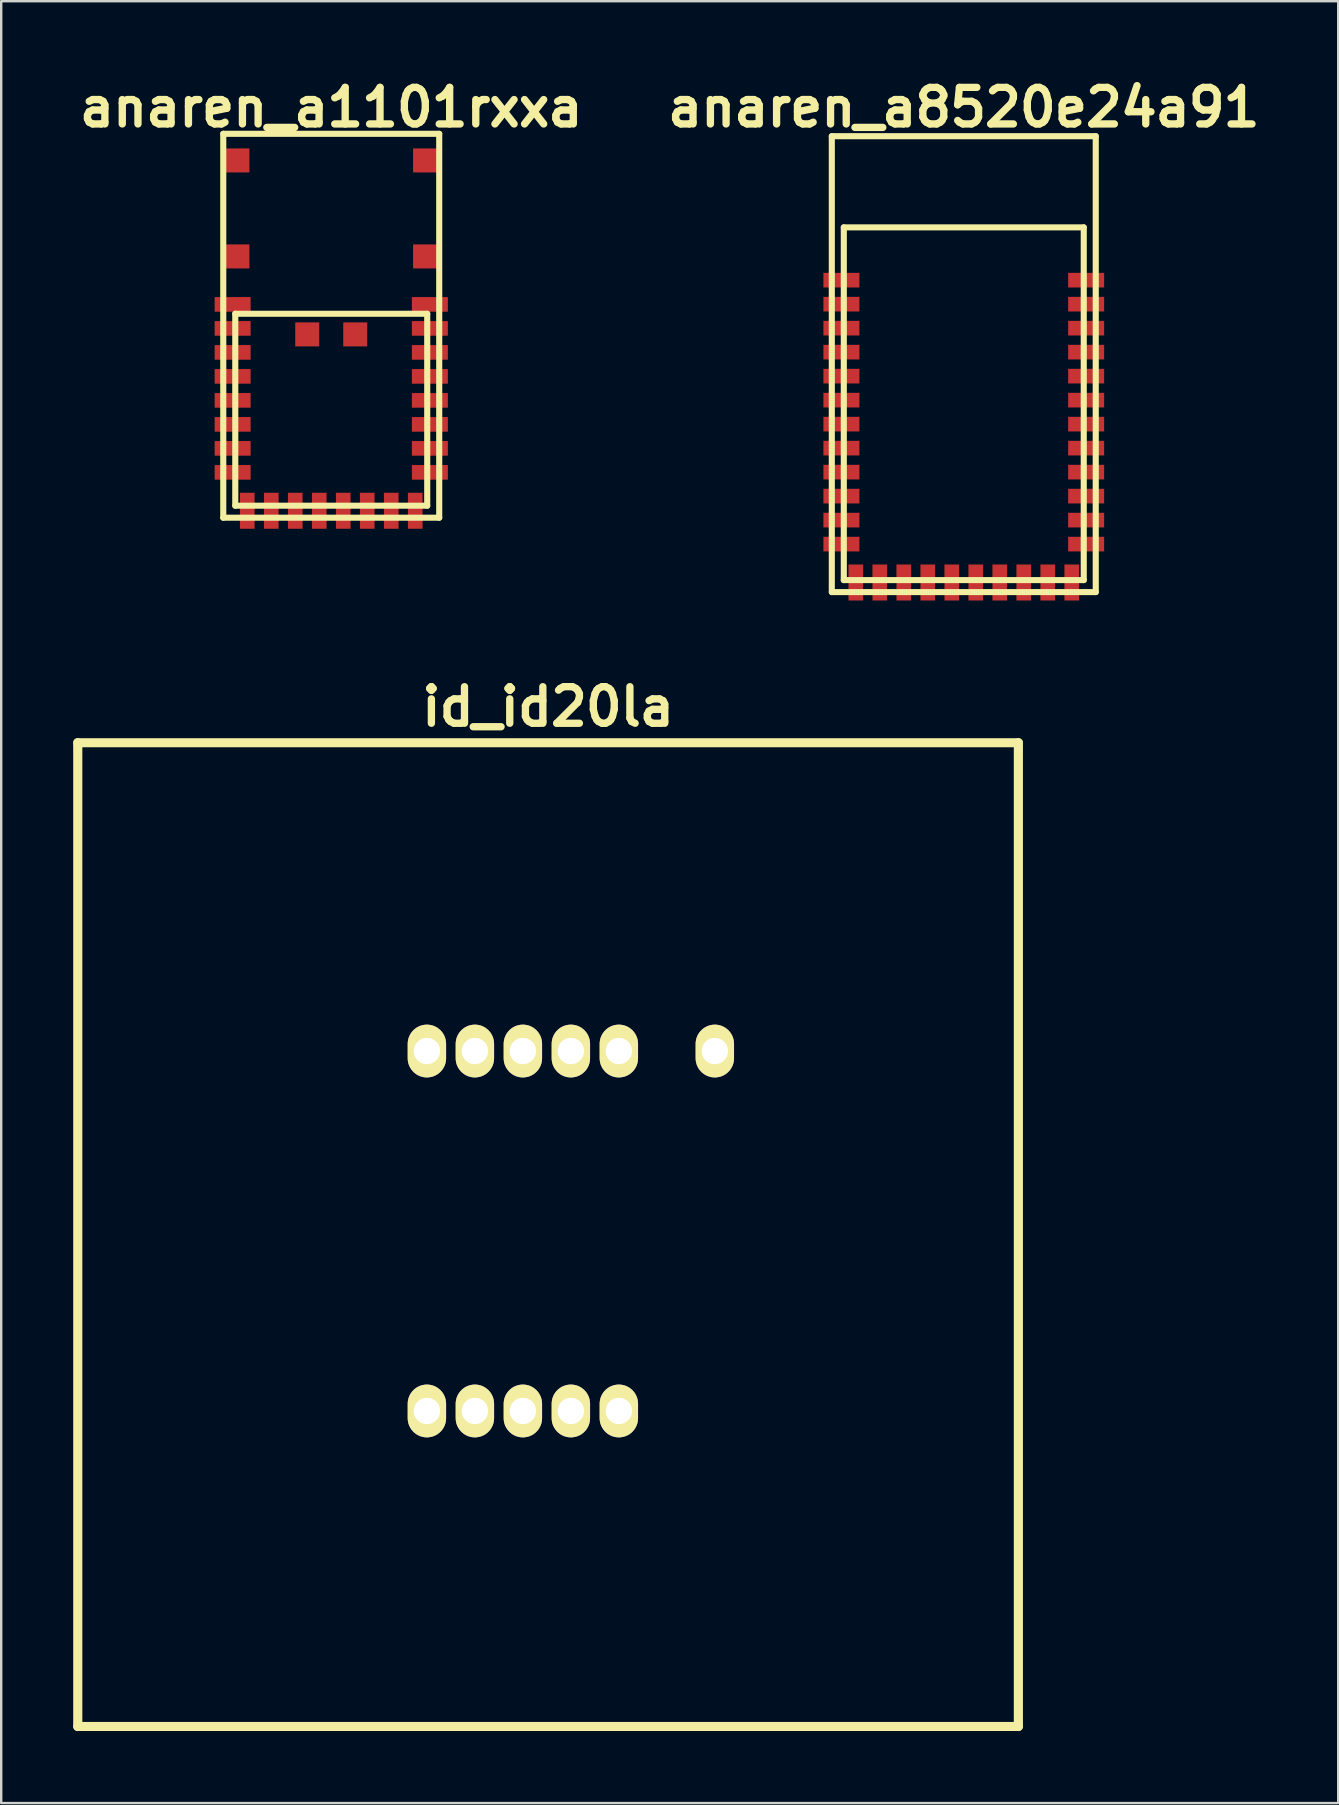
<source format=kicad_pcb>
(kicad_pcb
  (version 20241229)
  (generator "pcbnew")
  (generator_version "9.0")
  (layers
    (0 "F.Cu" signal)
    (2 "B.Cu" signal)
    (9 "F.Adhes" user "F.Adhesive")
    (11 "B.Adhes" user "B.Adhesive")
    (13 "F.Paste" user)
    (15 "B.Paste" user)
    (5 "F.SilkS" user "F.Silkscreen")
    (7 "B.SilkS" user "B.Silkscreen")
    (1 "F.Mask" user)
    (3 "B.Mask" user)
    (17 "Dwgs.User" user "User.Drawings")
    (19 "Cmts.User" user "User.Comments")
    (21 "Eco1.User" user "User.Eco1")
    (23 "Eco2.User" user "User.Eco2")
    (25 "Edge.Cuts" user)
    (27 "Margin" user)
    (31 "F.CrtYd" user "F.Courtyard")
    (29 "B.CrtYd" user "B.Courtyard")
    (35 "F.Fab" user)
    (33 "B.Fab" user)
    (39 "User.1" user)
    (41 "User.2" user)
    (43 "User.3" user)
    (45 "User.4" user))
  (footprint "anaren_a8520e24a91"
    (layer "F.Cu")
    (at 37.116 12.126)
    (property "Reference" "anaren_a8520e24a91" (at 0 -10.7 0) (layer "F.SilkS") (effects (font (size 1.524 1.524) (thickness 0.305))))
    (attr through_hole)
    (fp_line (start -5.5 -9.5) (end -5.5 9.5) (stroke (width 0.254) (type solid)) (layer "F.SilkS"))
    (fp_line (start -5.5 -9.5) (end 5.5 -9.5) (stroke (width 0.254) (type solid)) (layer "F.SilkS"))
    (fp_line (start -5.5 9.5) (end 5.5 9.5) (stroke (width 0.254) (type solid)) (layer "F.SilkS"))
    (fp_line (start -5 -5.7) (end -5 9) (stroke (width 0.254) (type solid)) (layer "F.SilkS"))
    (fp_line (start -5 -5.7) (end 5 -5.7) (stroke (width 0.254) (type solid)) (layer "F.SilkS"))
    (fp_line (start -5 9) (end 5 9) (stroke (width 0.254) (type solid)) (layer "F.SilkS"))
    (fp_line (start 5 -5.7) (end 5 9) (stroke (width 0.254) (type solid)) (layer "F.SilkS"))
    (fp_line (start 5.5 -9.5) (end 5.5 9.5) (stroke (width 0.254) (type solid)) (layer "F.SilkS"))
    (pad "1" smd rect (at -5.1 -3.5) (size 1.5 0.61) (layers "F.Cu" "F.Mask" "F.Paste"))
    (pad "2" smd rect (at -5.1 -2.5) (size 1.5 0.61) (layers "F.Cu" "F.Mask" "F.Paste"))
    (pad "3" smd rect (at -5.1 -1.5) (size 1.5 0.61) (layers "F.Cu" "F.Mask" "F.Paste"))
    (pad "4" smd rect (at -5.1 -0.5) (size 1.5 0.61) (layers "F.Cu" "F.Mask" "F.Paste"))
    (pad "5" smd rect (at -5.1 0.5) (size 1.5 0.61) (layers "F.Cu" "F.Mask" "F.Paste"))
    (pad "6" smd rect (at -5.1 1.5) (size 1.5 0.61) (layers "F.Cu" "F.Mask" "F.Paste"))
    (pad "7" smd rect (at -5.1 2.5) (size 1.5 0.61) (layers "F.Cu" "F.Mask" "F.Paste"))
    (pad "8" smd rect (at -5.1 3.5) (size 1.5 0.61) (layers "F.Cu" "F.Mask" "F.Paste"))
    (pad "9" smd rect (at -5.1 4.5) (size 1.5 0.61) (layers "F.Cu" "F.Mask" "F.Paste"))
    (pad "10" smd rect (at -5.1 5.5) (size 1.5 0.61) (layers "F.Cu" "F.Mask" "F.Paste"))
    (pad "11" smd rect (at -5.1 6.5) (size 1.5 0.61) (layers "F.Cu" "F.Mask" "F.Paste"))
    (pad "12" smd rect (at -5.1 7.5) (size 1.5 0.61) (layers "F.Cu" "F.Mask" "F.Paste"))
    (pad "13" smd rect (at -4.5 9.1) (size 0.61 1.5) (layers "F.Cu" "F.Mask" "F.Paste"))
    (pad "14" smd rect (at -3.5 9.1) (size 0.61 1.5) (layers "F.Cu" "F.Mask" "F.Paste"))
    (pad "15" smd rect (at -2.5 9.1) (size 0.61 1.5) (layers "F.Cu" "F.Mask" "F.Paste"))
    (pad "16" smd rect (at -1.5 9.1) (size 0.61 1.5) (layers "F.Cu" "F.Mask" "F.Paste"))
    (pad "17" smd rect (at -0.5 9.1) (size 0.61 1.5) (layers "F.Cu" "F.Mask" "F.Paste"))
    (pad "18" smd rect (at 0.5 9.1) (size 0.61 1.5) (layers "F.Cu" "F.Mask" "F.Paste"))
    (pad "19" smd rect (at 1.5 9.1) (size 0.61 1.5) (layers "F.Cu" "F.Mask" "F.Paste"))
    (pad "20" smd rect (at 2.5 9.1) (size 0.61 1.5) (layers "F.Cu" "F.Mask" "F.Paste"))
    (pad "21" smd rect (at 3.5 9.1) (size 0.61 1.5) (layers "F.Cu" "F.Mask" "F.Paste"))
    (pad "22" smd rect (at 4.5 9.1) (size 0.61 1.5) (layers "F.Cu" "F.Mask" "F.Paste"))
    (pad "23" smd rect (at 5.1 7.5) (size 1.5 0.61) (layers "F.Cu" "F.Mask" "F.Paste"))
    (pad "24" smd rect (at 5.1 6.5) (size 1.5 0.61) (layers "F.Cu" "F.Mask" "F.Paste"))
    (pad "25" smd rect (at 5.1 5.5) (size 1.5 0.61) (layers "F.Cu" "F.Mask" "F.Paste"))
    (pad "26" smd rect (at 5.1 4.5) (size 1.5 0.61) (layers "F.Cu" "F.Mask" "F.Paste"))
    (pad "27" smd rect (at 5.1 3.5) (size 1.5 0.61) (layers "F.Cu" "F.Mask" "F.Paste"))
    (pad "28" smd rect (at 5.1 2.5) (size 1.5 0.61) (layers "F.Cu" "F.Mask" "F.Paste"))
    (pad "29" smd rect (at 5.1 1.5) (size 1.5 0.61) (layers "F.Cu" "F.Mask" "F.Paste"))
    (pad "30" smd rect (at 5.1 0.5) (size 1.5 0.61) (layers "F.Cu" "F.Mask" "F.Paste"))
    (pad "31" smd rect (at 5.1 -0.5) (size 1.5 0.61) (layers "F.Cu" "F.Mask" "F.Paste"))
    (pad "32" smd rect (at 5.1 -1.5) (size 1.5 0.61) (layers "F.Cu" "F.Mask" "F.Paste"))
    (pad "33" smd rect (at 5.1 -2.5) (size 1.5 0.61) (layers "F.Cu" "F.Mask" "F.Paste"))
    (pad "34" smd rect (at 5.1 -3.5) (size 1.5 0.61) (layers "F.Cu" "F.Mask" "F.Paste")))
  (footprint "anaren_a1101rxxa"
    (layer "F.Cu")
    (at 10.755 10.526)
    (property "Reference" "anaren_a1101rxxa" (at 0 -9.1 0) (layer "F.SilkS") (effects (font (size 1.524 1.524) (thickness 0.305))))
    (attr through_hole)
    (fp_line (start -4.5 -8) (end -4.5 8) (stroke (width 0.254) (type solid)) (layer "F.SilkS"))
    (fp_line (start -4.5 -8) (end 4.5 -8) (stroke (width 0.254) (type solid)) (layer "F.SilkS"))
    (fp_line (start -4.5 8) (end 4.5 8) (stroke (width 0.254) (type solid)) (layer "F.SilkS"))
    (fp_line (start -4 -0.5) (end -4 7.5) (stroke (width 0.254) (type solid)) (layer "F.SilkS"))
    (fp_line (start -4 -0.5) (end 4 -0.5) (stroke (width 0.254) (type solid)) (layer "F.SilkS"))
    (fp_line (start -4 7.5) (end 4 7.5) (stroke (width 0.254) (type solid)) (layer "F.SilkS"))
    (fp_line (start 4 -0.5) (end 4 7.5) (stroke (width 0.254) (type solid)) (layer "F.SilkS"))
    (fp_line (start 4.5 -8) (end 4.5 8) (stroke (width 0.254) (type solid)) (layer "F.SilkS"))
    (pad "" smd rect (at -3.91 -6.89) (size 1 1) (layers "F.Cu" "F.Mask" "F.Paste"))
    (pad "" smd rect (at -3.91 -2.89) (size 1 1) (layers "F.Cu" "F.Mask" "F.Paste"))
    (pad "" smd rect (at -1 0.36) (size 1 1) (layers "F.Cu" "F.Mask" "F.Paste"))
    (pad "" smd rect (at 1 0.36) (size 1 1) (layers "F.Cu" "F.Mask" "F.Paste"))
    (pad "" smd rect (at 3.91 -6.89) (size 1 1) (layers "F.Cu" "F.Mask" "F.Paste"))
    (pad "" smd rect (at 3.91 -2.89) (size 1 1) (layers "F.Cu" "F.Mask" "F.Paste"))
    (pad "1" smd rect (at -4.11 -0.89) (size 1.5 0.61) (layers "F.Cu" "F.Mask" "F.Paste"))
    (pad "2" smd rect (at -4.11 0.11) (size 1.5 0.61) (layers "F.Cu" "F.Mask" "F.Paste"))
    (pad "3" smd rect (at -4.11 1.11) (size 1.5 0.61) (layers "F.Cu" "F.Mask" "F.Paste"))
    (pad "4" smd rect (at -4.11 2.11) (size 1.5 0.61) (layers "F.Cu" "F.Mask" "F.Paste"))
    (pad "5" smd rect (at -4.11 3.11) (size 1.5 0.61) (layers "F.Cu" "F.Mask" "F.Paste"))
    (pad "6" smd rect (at -4.11 4.11) (size 1.5 0.61) (layers "F.Cu" "F.Mask" "F.Paste"))
    (pad "7" smd rect (at -4.11 5.11) (size 1.5 0.61) (layers "F.Cu" "F.Mask" "F.Paste"))
    (pad "8" smd rect (at -4.11 6.11) (size 1.5 0.61) (layers "F.Cu" "F.Mask" "F.Paste"))
    (pad "9" smd rect (at -3.5 7.71) (size 0.61 1.5) (layers "F.Cu" "F.Mask" "F.Paste"))
    (pad "10" smd rect (at -2.5 7.71) (size 0.61 1.5) (layers "F.Cu" "F.Mask" "F.Paste"))
    (pad "11" smd rect (at -1.5 7.71) (size 0.61 1.5) (layers "F.Cu" "F.Mask" "F.Paste"))
    (pad "12" smd rect (at -0.5 7.71) (size 0.61 1.5) (layers "F.Cu" "F.Mask" "F.Paste"))
    (pad "13" smd rect (at 0.5 7.71) (size 0.61 1.5) (layers "F.Cu" "F.Mask" "F.Paste"))
    (pad "14" smd rect (at 1.5 7.71) (size 0.61 1.5) (layers "F.Cu" "F.Mask" "F.Paste"))
    (pad "15" smd rect (at 2.5 7.71) (size 0.61 1.5) (layers "F.Cu" "F.Mask" "F.Paste"))
    (pad "16" smd rect (at 3.5 7.71) (size 0.61 1.5) (layers "F.Cu" "F.Mask" "F.Paste"))
    (pad "17" smd rect (at 4.11 6.11) (size 1.5 0.61) (layers "F.Cu" "F.Mask" "F.Paste"))
    (pad "18" smd rect (at 4.11 5.11) (size 1.5 0.61) (layers "F.Cu" "F.Mask" "F.Paste"))
    (pad "19" smd rect (at 4.11 4.11) (size 1.5 0.61) (layers "F.Cu" "F.Mask" "F.Paste"))
    (pad "20" smd rect (at 4.11 3.11) (size 1.5 0.61) (layers "F.Cu" "F.Mask" "F.Paste"))
    (pad "21" smd rect (at 4.11 2.11) (size 1.5 0.61) (layers "F.Cu" "F.Mask" "F.Paste"))
    (pad "22" smd rect (at 4.11 1.11) (size 1.5 0.61) (layers "F.Cu" "F.Mask" "F.Paste"))
    (pad "23" smd rect (at 4.11 0.11) (size 1.5 0.61) (layers "F.Cu" "F.Mask" "F.Paste"))
    (pad "24" smd rect (at 4.11 -0.89) (size 1.5 0.61) (layers "F.Cu" "F.Mask" "F.Paste")))
  (footprint "id_id20la"
    (layer "F.Cu")
    (at 19.791 48.403)
    (property "Reference" "id_id20la" (at 0 -22 0) (layer "F.SilkS") (effects (font (size 1.524 1.524) (thickness 0.305))))
    (attr through_hole)
    (fp_line (start -19.6 -20.5) (end -19.6 20.5) (stroke (width 0.381) (type solid)) (layer "F.SilkS"))
    (fp_line (start -19.6 -20.5) (end 19.6 -20.5) (stroke (width 0.378) (type solid)) (layer "F.SilkS"))
    (fp_line (start -19.6 20.5) (end 19.6 20.5) (stroke (width 0.378) (type solid)) (layer "F.SilkS"))
    (fp_line (start 19.6 -20.5) (end 19.6 20.5) (stroke (width 0.381) (type solid)) (layer "F.SilkS"))
    (pad "1" thru_hole oval (at 2.95 7.35) (size 1.6 2.2) (drill 1.1) (layers "*.Cu" "*.Mask" "F.SilkS"))
    (pad "2" thru_hole oval (at 0.95 7.35) (size 1.6 2.2) (drill 1.1) (layers "*.Cu" "*.Mask" "F.SilkS"))
    (pad "3" thru_hole oval (at -1.05 7.35) (size 1.6 2.2) (drill 1.1) (layers "*.Cu" "*.Mask" "F.SilkS"))
    (pad "4" thru_hole oval (at -3.05 7.35) (size 1.6 2.2) (drill 1.1) (layers "*.Cu" "*.Mask" "F.SilkS"))
    (pad "5" thru_hole oval (at -5.05 7.35) (size 1.6 2.2) (drill 1.1) (layers "*.Cu" "*.Mask" "F.SilkS"))
    (pad "6" thru_hole oval (at -5.05 -7.65) (size 1.6 2.2) (drill 1.1) (layers "*.Cu" "*.Mask" "F.SilkS"))
    (pad "7" thru_hole oval (at -3.05 -7.65) (size 1.6 2.2) (drill 1.1) (layers "*.Cu" "*.Mask" "F.SilkS"))
    (pad "8" thru_hole oval (at -1.05 -7.65) (size 1.6 2.2) (drill 1.1) (layers "*.Cu" "*.Mask" "F.SilkS"))
    (pad "9" thru_hole oval (at 0.95 -7.65) (size 1.6 2.2) (drill 1.1) (layers "*.Cu" "*.Mask" "F.SilkS"))
    (pad "10" thru_hole oval (at 2.95 -7.65) (size 1.6 2.2) (drill 1.1) (layers "*.Cu" "*.Mask" "F.SilkS"))
    (pad "11" thru_hole oval (at 6.95 -7.65) (size 1.6 2.2) (drill 1.1) (layers "*.Cu" "*.Mask" "F.SilkS")))
  (gr_rect
    (start -3 -3)
    (end 52.721 72.093)
    (stroke (width 0.1) (type default))
    (fill no)
    (layer "Edge.Cuts")))
</source>
